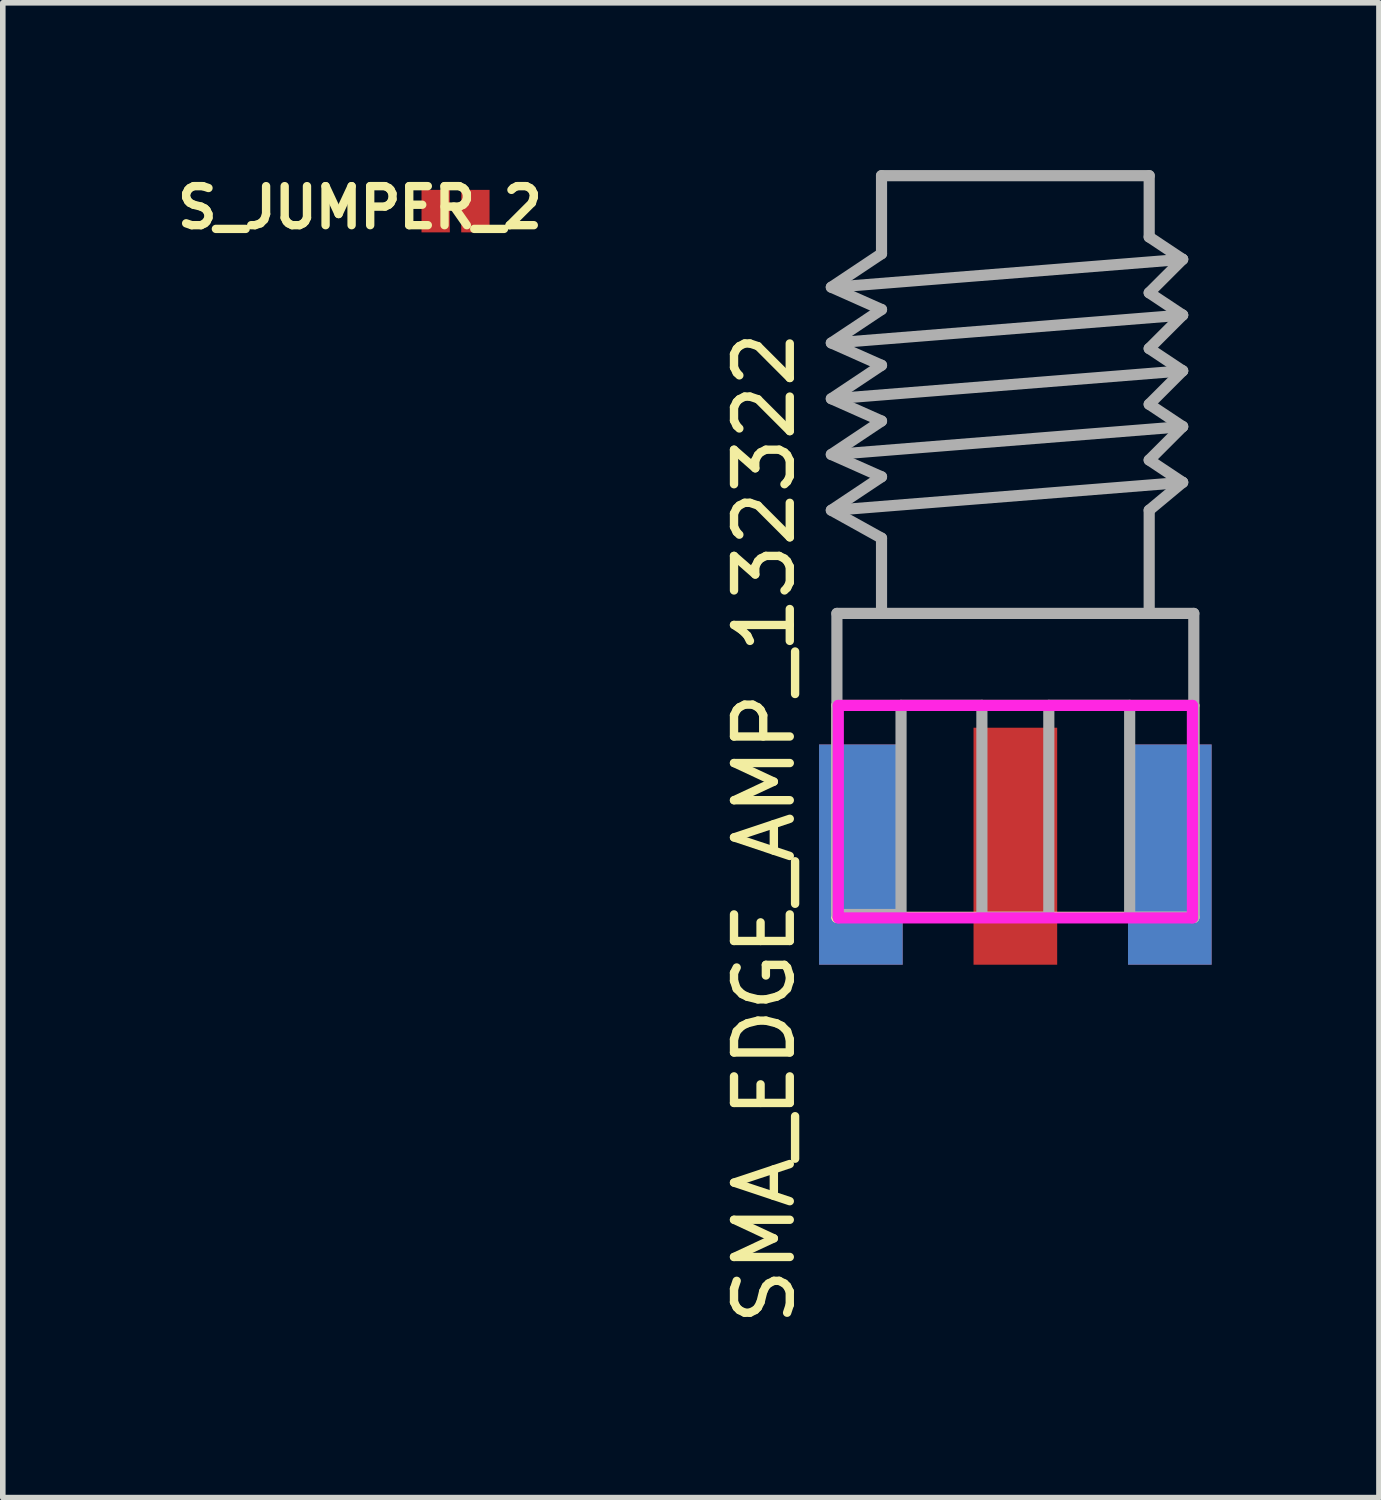
<source format=kicad_pcb>
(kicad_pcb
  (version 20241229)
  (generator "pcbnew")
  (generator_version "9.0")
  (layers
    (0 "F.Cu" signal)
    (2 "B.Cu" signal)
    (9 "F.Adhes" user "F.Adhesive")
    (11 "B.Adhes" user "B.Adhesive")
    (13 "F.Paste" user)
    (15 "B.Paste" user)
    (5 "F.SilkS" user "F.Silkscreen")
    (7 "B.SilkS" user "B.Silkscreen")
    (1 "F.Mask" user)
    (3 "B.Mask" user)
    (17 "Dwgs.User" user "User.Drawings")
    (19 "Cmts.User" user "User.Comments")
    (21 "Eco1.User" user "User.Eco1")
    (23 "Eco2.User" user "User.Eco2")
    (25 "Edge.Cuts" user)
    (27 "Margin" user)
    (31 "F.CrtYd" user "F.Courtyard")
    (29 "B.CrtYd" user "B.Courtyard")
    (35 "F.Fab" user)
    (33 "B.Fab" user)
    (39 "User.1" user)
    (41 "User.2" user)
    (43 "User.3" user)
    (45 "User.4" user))
  (footprint "SMA_EDGE_AMP_132322"
    (layer "F.Cu")
    (at 15.158 9.6)
    (property "Reference" "SMA_EDGE_AMP_132322" (at -4.5 2.2 90) (layer "F.SilkS") (effects (font (size 1 1) (thickness 0.15))))
    (attr through_hole)
    (fp_line (start -3.2 0) (end -3.2 3.8) (stroke (width 0.2) (type solid)) (layer "F.SilkS"))
    (fp_line (start -3.2 3.8) (end 3.2 3.8) (stroke (width 0.2) (type solid)) (layer "F.SilkS"))
    (fp_line (start 3.2 0) (end -3.2 0) (stroke (width 0.2) (type solid)) (layer "F.SilkS"))
    (fp_line (start 3.2 3.8) (end 3.2 0) (stroke (width 0.2) (type solid)) (layer "F.SilkS"))
    (fp_line (start -3.175 0) (end 3.175 0) (stroke (width 0.2) (type solid)) (layer "F.CrtYd"))
    (fp_line (start -3.175 3.81) (end -3.175 0) (stroke (width 0.2) (type solid)) (layer "F.CrtYd"))
    (fp_line (start 3.175 0) (end 3.175 3.81) (stroke (width 0.2) (type solid)) (layer "F.CrtYd"))
    (fp_line (start 3.175 3.81) (end -3.175 3.81) (stroke (width 0.2) (type solid)) (layer "F.CrtYd"))
    (fp_line (start -3.3 -7.5) (end -2.4 -8.1) (stroke (width 0.2) (type solid)) (layer "F.Fab"))
    (fp_line (start -3.3 -6.5) (end -2.4 -7.1) (stroke (width 0.2) (type solid)) (layer "F.Fab"))
    (fp_line (start -3.3 -5.5) (end -2.4 -6.1) (stroke (width 0.2) (type solid)) (layer "F.Fab"))
    (fp_line (start -3.3 -4.5) (end -2.4 -5.1) (stroke (width 0.2) (type solid)) (layer "F.Fab"))
    (fp_line (start -3.3 -3.5) (end -2.4 -4.1) (stroke (width 0.2) (type solid)) (layer "F.Fab"))
    (fp_line (start -3.25 -7.5) (end 3 -8) (stroke (width 0.2) (type solid)) (layer "F.Fab"))
    (fp_line (start -3.25 -6.5) (end 3 -7) (stroke (width 0.2) (type solid)) (layer "F.Fab"))
    (fp_line (start -3.25 -5.5) (end 3 -6) (stroke (width 0.2) (type solid)) (layer "F.Fab"))
    (fp_line (start -3.25 -4.5) (end 3 -5) (stroke (width 0.2) (type solid)) (layer "F.Fab"))
    (fp_line (start -3.25 -3.5) (end 3 -4) (stroke (width 0.2) (type solid)) (layer "F.Fab"))
    (fp_line (start -3.2 -1.65) (end -3.2 3.75) (stroke (width 0.2) (type solid)) (layer "F.Fab"))
    (fp_line (start -3.2 3.75) (end -2.05 3.75) (stroke (width 0.2) (type solid)) (layer "F.Fab"))
    (fp_line (start -2.4 -9.5) (end 2.4 -9.5) (stroke (width 0.2) (type solid)) (layer "F.Fab"))
    (fp_line (start -2.4 -8.1) (end -2.4 -9.5) (stroke (width 0.2) (type solid)) (layer "F.Fab"))
    (fp_line (start -2.4 -7.1) (end -3.3 -7.5) (stroke (width 0.2) (type solid)) (layer "F.Fab"))
    (fp_line (start -2.4 -6.1) (end -3.3 -6.5) (stroke (width 0.2) (type solid)) (layer "F.Fab"))
    (fp_line (start -2.4 -5.1) (end -3.3 -5.5) (stroke (width 0.2) (type solid)) (layer "F.Fab"))
    (fp_line (start -2.4 -4.1) (end -3.3 -4.5) (stroke (width 0.2) (type solid)) (layer "F.Fab"))
    (fp_line (start -2.4 -3) (end -3.3 -3.5) (stroke (width 0.2) (type solid)) (layer "F.Fab"))
    (fp_line (start -2.4 -3) (end -2.4 -1.7) (stroke (width 0.2) (type solid)) (layer "F.Fab"))
    (fp_line (start -2.05 0) (end -0.6 0) (stroke (width 0.2) (type solid)) (layer "F.Fab"))
    (fp_line (start -2.05 3.75) (end -2.05 0) (stroke (width 0.2) (type solid)) (layer "F.Fab"))
    (fp_line (start -0.6 0) (end -0.6 3.8) (stroke (width 0.2) (type solid)) (layer "F.Fab"))
    (fp_line (start -0.6 3.8) (end 0.6 3.8) (stroke (width 0.2) (type solid)) (layer "F.Fab"))
    (fp_line (start 0.6 0) (end 2.05 0) (stroke (width 0.2) (type solid)) (layer "F.Fab"))
    (fp_line (start 0.6 3.8) (end 0.6 0) (stroke (width 0.2) (type solid)) (layer "F.Fab"))
    (fp_line (start 2.05 0) (end 2.05 3.8) (stroke (width 0.2) (type solid)) (layer "F.Fab"))
    (fp_line (start 2.05 3.8) (end 3.2 3.8) (stroke (width 0.2) (type solid)) (layer "F.Fab"))
    (fp_line (start 2.4 -9.5) (end 2.4 -8.4) (stroke (width 0.2) (type solid)) (layer "F.Fab"))
    (fp_line (start 2.4 -8.4) (end 3 -8) (stroke (width 0.2) (type solid)) (layer "F.Fab"))
    (fp_line (start 2.4 -7.4) (end 3 -7) (stroke (width 0.2) (type solid)) (layer "F.Fab"))
    (fp_line (start 2.4 -6.4) (end 3 -6) (stroke (width 0.2) (type solid)) (layer "F.Fab"))
    (fp_line (start 2.4 -5.4) (end 3 -5) (stroke (width 0.2) (type solid)) (layer "F.Fab"))
    (fp_line (start 2.4 -4.4) (end 3 -4) (stroke (width 0.2) (type solid)) (layer "F.Fab"))
    (fp_line (start 2.4 -3.5) (end 2.4 -1.7) (stroke (width 0.2) (type solid)) (layer "F.Fab"))
    (fp_line (start 3 -8) (end 2.4 -7.4) (stroke (width 0.2) (type solid)) (layer "F.Fab"))
    (fp_line (start 3 -7) (end 2.4 -6.4) (stroke (width 0.2) (type solid)) (layer "F.Fab"))
    (fp_line (start 3 -6) (end 2.4 -5.4) (stroke (width 0.2) (type solid)) (layer "F.Fab"))
    (fp_line (start 3 -5) (end 2.4 -4.4) (stroke (width 0.2) (type solid)) (layer "F.Fab"))
    (fp_line (start 3 -4) (end 2.4 -3.5) (stroke (width 0.2) (type solid)) (layer "F.Fab"))
    (fp_line (start 3.2 -1.65) (end -3.2 -1.65) (stroke (width 0.2) (type solid)) (layer "F.Fab"))
    (fp_line (start 3.2 3.8) (end 3.2 -1.65) (stroke (width 0.2) (type solid)) (layer "F.Fab"))
    (pad "CNTR" smd rect (at 0 2.525) (size 1.5 4.25) (layers "F.Cu" "F.Mask" "F.Paste"))
    (pad "SHLD" smd rect (at -2.77 2.675) (size 1.5 3.95) (layers "F.Cu" "F.Mask" "F.Paste"))
    (pad "SHLD" smd rect (at -2.77 2.675) (size 1.5 3.95) (layers "B.Cu" "B.Mask" "B.Paste"))
    (pad "SHLD" smd rect (at 2.77 2.675) (size 1.5 3.95) (layers "F.Cu" "F.Mask" "F.Paste"))
    (pad "SHLD" smd rect (at 2.77 2.675) (size 1.5 3.95) (layers "B.Cu" "B.Mask" "B.Paste")))
  (footprint "S_JUMPER_2"
    (layer "F.Cu")
    (at 5.119 0.736)
    (property "Reference" "S_JUMPER_2" (at -1.714 -0.064 0) (layer "F.SilkS") (effects (font (size 0.7 0.7) (thickness 0.15))))
    (attr through_hole)
    (fp_line (start -0.203 -0.254) (end 0.203 -0.254) (stroke (width 0.15) (type solid)) (layer "F.Mask"))
    (fp_line (start -0.203 0.254) (end -0.203 -0.254) (stroke (width 0.15) (type solid)) (layer "F.Mask"))
    (fp_line (start -0.051 -0.254) (end -0.051 0.254) (stroke (width 0.15) (type solid)) (layer "F.Mask"))
    (fp_line (start -0.051 0.254) (end 0.051 0.254) (stroke (width 0.15) (type solid)) (layer "F.Mask"))
    (fp_line (start 0.051 0.254) (end 0.051 -0.254) (stroke (width 0.15) (type solid)) (layer "F.Mask"))
    (fp_line (start 0.203 -0.254) (end 0.203 0.254) (stroke (width 0.15) (type solid)) (layer "F.Mask"))
    (fp_line (start 0.203 0.254) (end -0.203 0.254) (stroke (width 0.15) (type solid)) (layer "F.Mask"))
    (pad "1" smd rect (at -0.356 0) (size 0.508 0.762) (layers "F.Cu" "F.Mask" "F.Paste"))
    (pad "2" smd rect (at 0.356 0) (size 0.508 0.762) (layers "F.Cu" "F.Mask" "F.Paste")))
  (gr_rect
    (start -3 -3)
    (end 21.678 23.806)
    (stroke (width 0.1) (type default))
    (fill no)
    (layer "Edge.Cuts")))
</source>
